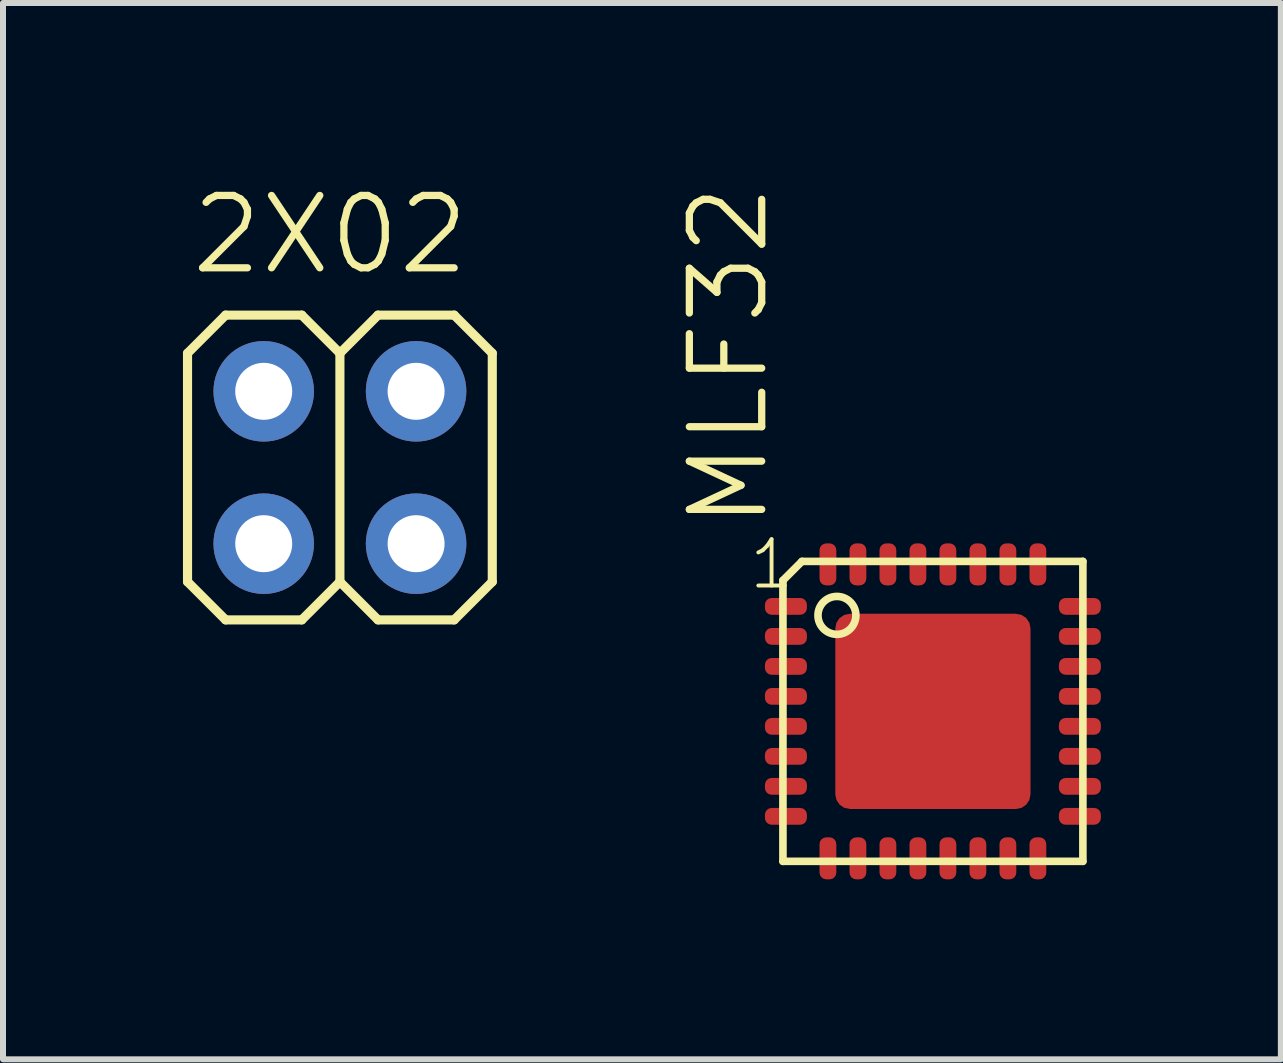
<source format=kicad_pcb>
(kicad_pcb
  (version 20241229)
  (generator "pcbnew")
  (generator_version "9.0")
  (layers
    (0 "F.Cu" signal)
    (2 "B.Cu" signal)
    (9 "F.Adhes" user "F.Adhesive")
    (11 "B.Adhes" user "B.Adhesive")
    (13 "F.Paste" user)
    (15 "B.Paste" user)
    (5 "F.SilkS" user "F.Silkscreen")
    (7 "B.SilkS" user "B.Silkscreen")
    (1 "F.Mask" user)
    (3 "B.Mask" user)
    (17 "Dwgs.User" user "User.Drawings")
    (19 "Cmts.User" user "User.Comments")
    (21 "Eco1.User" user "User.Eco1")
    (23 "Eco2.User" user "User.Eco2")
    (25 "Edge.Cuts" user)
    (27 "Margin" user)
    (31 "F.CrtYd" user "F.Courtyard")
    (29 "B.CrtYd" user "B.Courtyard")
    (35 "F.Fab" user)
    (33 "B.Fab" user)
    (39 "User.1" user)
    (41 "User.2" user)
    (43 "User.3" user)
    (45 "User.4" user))
  (footprint "2X02"
    (layer "F.Cu")
    (at 2.616 4.743)
    (property "Reference" "2X02" (at -2.54 -3.175 0) (layer "F.SilkS") (effects (font (size 1.206 1.206) (thickness 0.121)) (justify left bottom)))
    (attr through_hole)
    (fp_line (start -2.54 -1.905) (end -1.905 -2.54) (stroke (width 0.152) (type solid)) (layer "F.SilkS"))
    (fp_line (start -2.54 1.905) (end -2.54 -1.905) (stroke (width 0.152) (type solid)) (layer "F.SilkS"))
    (fp_line (start -2.54 1.905) (end -1.905 2.54) (stroke (width 0.152) (type solid)) (layer "F.SilkS"))
    (fp_line (start -1.905 -2.54) (end -0.635 -2.54) (stroke (width 0.152) (type solid)) (layer "F.SilkS"))
    (fp_line (start -1.905 2.54) (end -0.635 2.54) (stroke (width 0.152) (type solid)) (layer "F.SilkS"))
    (fp_line (start -0.635 -2.54) (end 0 -1.905) (stroke (width 0.152) (type solid)) (layer "F.SilkS"))
    (fp_line (start -0.635 2.54) (end 0 1.905) (stroke (width 0.152) (type solid)) (layer "F.SilkS"))
    (fp_line (start 0 -1.905) (end 0 1.905) (stroke (width 0.152) (type solid)) (layer "F.SilkS"))
    (fp_line (start 0 -1.905) (end 0.635 -2.54) (stroke (width 0.152) (type solid)) (layer "F.SilkS"))
    (fp_line (start 0 1.905) (end 0.635 2.54) (stroke (width 0.152) (type solid)) (layer "F.SilkS"))
    (fp_line (start 0.635 -2.54) (end 1.905 -2.54) (stroke (width 0.152) (type solid)) (layer "F.SilkS"))
    (fp_line (start 0.635 2.54) (end 1.905 2.54) (stroke (width 0.152) (type solid)) (layer "F.SilkS"))
    (fp_line (start 1.905 -2.54) (end 2.54 -1.905) (stroke (width 0.152) (type solid)) (layer "F.SilkS"))
    (fp_line (start 1.905 2.54) (end 2.54 1.905) (stroke (width 0.152) (type solid)) (layer "F.SilkS"))
    (fp_line (start 2.54 -1.905) (end 2.54 1.905) (stroke (width 0.152) (type solid)) (layer "F.SilkS"))
    (fp_poly (pts (xy -1.524 -1.016) (xy -1.016 -1.016) (xy -1.016 -1.524) (xy -1.524 -1.524)) (stroke (width 0.1) (type solid)) (fill no) (layer "F.Fab"))
    (fp_poly (pts (xy -1.524 1.524) (xy -1.016 1.524) (xy -1.016 1.016) (xy -1.524 1.016)) (stroke (width 0.1) (type solid)) (fill no) (layer "F.Fab"))
    (fp_poly (pts (xy 1.016 -1.016) (xy 1.524 -1.016) (xy 1.524 -1.524) (xy 1.016 -1.524)) (stroke (width 0.1) (type solid)) (fill no) (layer "F.Fab"))
    (fp_poly (pts (xy 1.016 1.524) (xy 1.524 1.524) (xy 1.524 1.016) (xy 1.016 1.016)) (stroke (width 0.1) (type solid)) (fill no) (layer "F.Fab"))
    (pad "1" thru_hole circle (at -1.27 1.27) (size 1.676 1.676) (drill 0.95) (layers "*.Cu" "*.Mask"))
    (pad "2" thru_hole circle (at -1.27 -1.27) (size 1.676 1.676) (drill 0.95) (layers "*.Cu" "*.Mask"))
    (pad "3" thru_hole circle (at 1.27 1.27) (size 1.676 1.676) (drill 0.95) (layers "*.Cu" "*.Mask"))
    (pad "4" thru_hole circle (at 1.27 -1.27) (size 1.676 1.676) (drill 0.95) (layers "*.Cu" "*.Mask")))
  (footprint "MLF32"
    (layer "F.Cu")
    (at 12.501 8.808)
    (property "Reference" "MLF32" (at -2.7 -3 270) (layer "F.SilkS") (effects (font (size 1.206 1.206) (thickness 0.121)) (justify left bottom)))
    (attr through_hole)
    (fp_poly (pts (xy 0 -1.27) (xy 0.248 -1.246) (xy 0.486 -1.173) (xy 0.706 -1.056) (xy 0.898 -0.898) (xy 1.056 -0.706) (xy 1.173 -0.486) (xy 1.27 0) (xy 1.246 0.248) (xy 1.173 0.486) (xy 1.056 0.706) (xy 0.898 0.898) (xy 0.706 1.056) (xy 0.486 1.173) (xy 0 1.27) (xy -0.248 1.246) (xy -0.486 1.173) (xy -0.706 1.056) (xy -0.898 0.898) (xy -1.056 0.706) (xy -1.173 0.486) (xy -1.27 0) (xy -1.246 -0.248) (xy -1.173 -0.486) (xy -1.056 -0.706) (xy -0.898 -0.898) (xy -0.706 -1.056) (xy -0.486 -1.173)) (stroke (width 0) (type solid)) (fill yes) (layer "F.Mask"))
    (fp_line (start -2.5 -2.183) (end -2.5 2.5) (stroke (width 0.127) (type solid)) (layer "F.SilkS"))
    (fp_line (start -2.5 2.5) (end 2.5 2.5) (stroke (width 0.127) (type solid)) (layer "F.SilkS"))
    (fp_line (start -2.183 -2.5) (end -2.5 -2.183) (stroke (width 0.127) (type solid)) (layer "F.SilkS"))
    (fp_line (start 2.5 -2.5) (end -2.183 -2.5) (stroke (width 0.127) (type solid)) (layer "F.SilkS"))
    (fp_line (start 2.5 2.5) (end 2.5 -2.5) (stroke (width 0.127) (type solid)) (layer "F.SilkS"))
    (fp_circle (center -1.6 -1.6) (end -1.284 -1.6) (stroke (width 0.127) (type solid)) (fill no) (layer "F.SilkS"))
    (fp_poly (pts (xy -0.635 0.635) (xy 0.635 0.635) (xy 0.635 -0.635) (xy -0.635 -0.635)) (stroke (width 0) (type solid)) (fill yes) (layer "F.Paste"))
    (fp_text user "1" (at -3.1 -2 0) (layer "F.SilkS") (effects (font (size 0.772 0.772) (thickness 0.065)) (justify left bottom)))
    (pad "1" smd roundrect (at -2.45 -1.75 90) (size 0.28 0.7) (layers "F.Cu" "F.Mask" "F.Paste") (roundrect_rratio 0.4))
    (pad "2" smd roundrect (at -2.45 -1.25 90) (size 0.28 0.7) (layers "F.Cu" "F.Mask" "F.Paste") (roundrect_rratio 0.4))
    (pad "3" smd roundrect (at -2.45 -0.75 90) (size 0.28 0.7) (layers "F.Cu" "F.Mask" "F.Paste") (roundrect_rratio 0.4))
    (pad "4" smd roundrect (at -2.45 -0.25 90) (size 0.28 0.7) (layers "F.Cu" "F.Mask" "F.Paste") (roundrect_rratio 0.4))
    (pad "5" smd roundrect (at -2.45 0.25 90) (size 0.28 0.7) (layers "F.Cu" "F.Mask" "F.Paste") (roundrect_rratio 0.4))
    (pad "6" smd roundrect (at -2.45 0.75 90) (size 0.28 0.7) (layers "F.Cu" "F.Mask" "F.Paste") (roundrect_rratio 0.4))
    (pad "7" smd roundrect (at -2.45 1.25 90) (size 0.28 0.7) (layers "F.Cu" "F.Mask" "F.Paste") (roundrect_rratio 0.4))
    (pad "8" smd roundrect (at -2.45 1.75 90) (size 0.28 0.7) (layers "F.Cu" "F.Mask" "F.Paste") (roundrect_rratio 0.4))
    (pad "9" smd roundrect (at -1.75 2.45 180) (size 0.28 0.7) (layers "F.Cu" "F.Mask" "F.Paste") (roundrect_rratio 0.4))
    (pad "10" smd roundrect (at -1.25 2.45 180) (size 0.28 0.7) (layers "F.Cu" "F.Mask" "F.Paste") (roundrect_rratio 0.4))
    (pad "11" smd roundrect (at -0.75 2.45 180) (size 0.28 0.7) (layers "F.Cu" "F.Mask" "F.Paste") (roundrect_rratio 0.4))
    (pad "12" smd roundrect (at -0.25 2.45 180) (size 0.28 0.7) (layers "F.Cu" "F.Mask" "F.Paste") (roundrect_rratio 0.4))
    (pad "13" smd roundrect (at 0.25 2.45 180) (size 0.28 0.7) (layers "F.Cu" "F.Mask" "F.Paste") (roundrect_rratio 0.4))
    (pad "14" smd roundrect (at 0.75 2.45 180) (size 0.28 0.7) (layers "F.Cu" "F.Mask" "F.Paste") (roundrect_rratio 0.4))
    (pad "15" smd roundrect (at 1.25 2.45 180) (size 0.28 0.7) (layers "F.Cu" "F.Mask" "F.Paste") (roundrect_rratio 0.4))
    (pad "16" smd roundrect (at 1.75 2.45 180) (size 0.28 0.7) (layers "F.Cu" "F.Mask" "F.Paste") (roundrect_rratio 0.4))
    (pad "17" smd roundrect (at 2.45 1.75 90) (size 0.28 0.7) (layers "F.Cu" "F.Mask" "F.Paste") (roundrect_rratio 0.4))
    (pad "18" smd roundrect (at 2.45 1.25 90) (size 0.28 0.7) (layers "F.Cu" "F.Mask" "F.Paste") (roundrect_rratio 0.4))
    (pad "19" smd roundrect (at 2.45 0.75 90) (size 0.28 0.7) (layers "F.Cu" "F.Mask" "F.Paste") (roundrect_rratio 0.4))
    (pad "20" smd roundrect (at 2.45 0.25 90) (size 0.28 0.7) (layers "F.Cu" "F.Mask" "F.Paste") (roundrect_rratio 0.4))
    (pad "21" smd roundrect (at 2.45 -0.25 90) (size 0.28 0.7) (layers "F.Cu" "F.Mask" "F.Paste") (roundrect_rratio 0.4))
    (pad "22" smd roundrect (at 2.45 -0.75 90) (size 0.28 0.7) (layers "F.Cu" "F.Mask" "F.Paste") (roundrect_rratio 0.4))
    (pad "23" smd roundrect (at 2.45 -1.25 90) (size 0.28 0.7) (layers "F.Cu" "F.Mask" "F.Paste") (roundrect_rratio 0.4))
    (pad "24" smd roundrect (at 2.45 -1.75 90) (size 0.28 0.7) (layers "F.Cu" "F.Mask" "F.Paste") (roundrect_rratio 0.4))
    (pad "25" smd roundrect (at 1.75 -2.45 180) (size 0.28 0.7) (layers "F.Cu" "F.Mask" "F.Paste") (roundrect_rratio 0.4))
    (pad "26" smd roundrect (at 1.25 -2.45 180) (size 0.28 0.7) (layers "F.Cu" "F.Mask" "F.Paste") (roundrect_rratio 0.4))
    (pad "27" smd roundrect (at 0.75 -2.45 180) (size 0.28 0.7) (layers "F.Cu" "F.Mask" "F.Paste") (roundrect_rratio 0.4))
    (pad "28" smd roundrect (at 0.25 -2.45 180) (size 0.28 0.7) (layers "F.Cu" "F.Mask" "F.Paste") (roundrect_rratio 0.4))
    (pad "29" smd roundrect (at -0.25 -2.45 180) (size 0.28 0.7) (layers "F.Cu" "F.Mask" "F.Paste") (roundrect_rratio 0.4))
    (pad "30" smd roundrect (at -0.75 -2.45 180) (size 0.28 0.7) (layers "F.Cu" "F.Mask" "F.Paste") (roundrect_rratio 0.4))
    (pad "31" smd roundrect (at -1.25 -2.45 180) (size 0.28 0.7) (layers "F.Cu" "F.Mask" "F.Paste") (roundrect_rratio 0.4))
    (pad "32" smd roundrect (at -1.75 -2.45 180) (size 0.28 0.7) (layers "F.Cu" "F.Mask" "F.Paste") (roundrect_rratio 0.4))
    (pad "33" smd roundrect (at 0 0 180) (size 3.254 3.254) (layers "F.Cu" "F.Mask") (roundrect_rratio 0.075)))
  (gr_rect
    (start -3 -3)
    (end 18.301 14.608)
    (stroke (width 0.1) (type default))
    (fill no)
    (layer "Edge.Cuts")))
</source>
